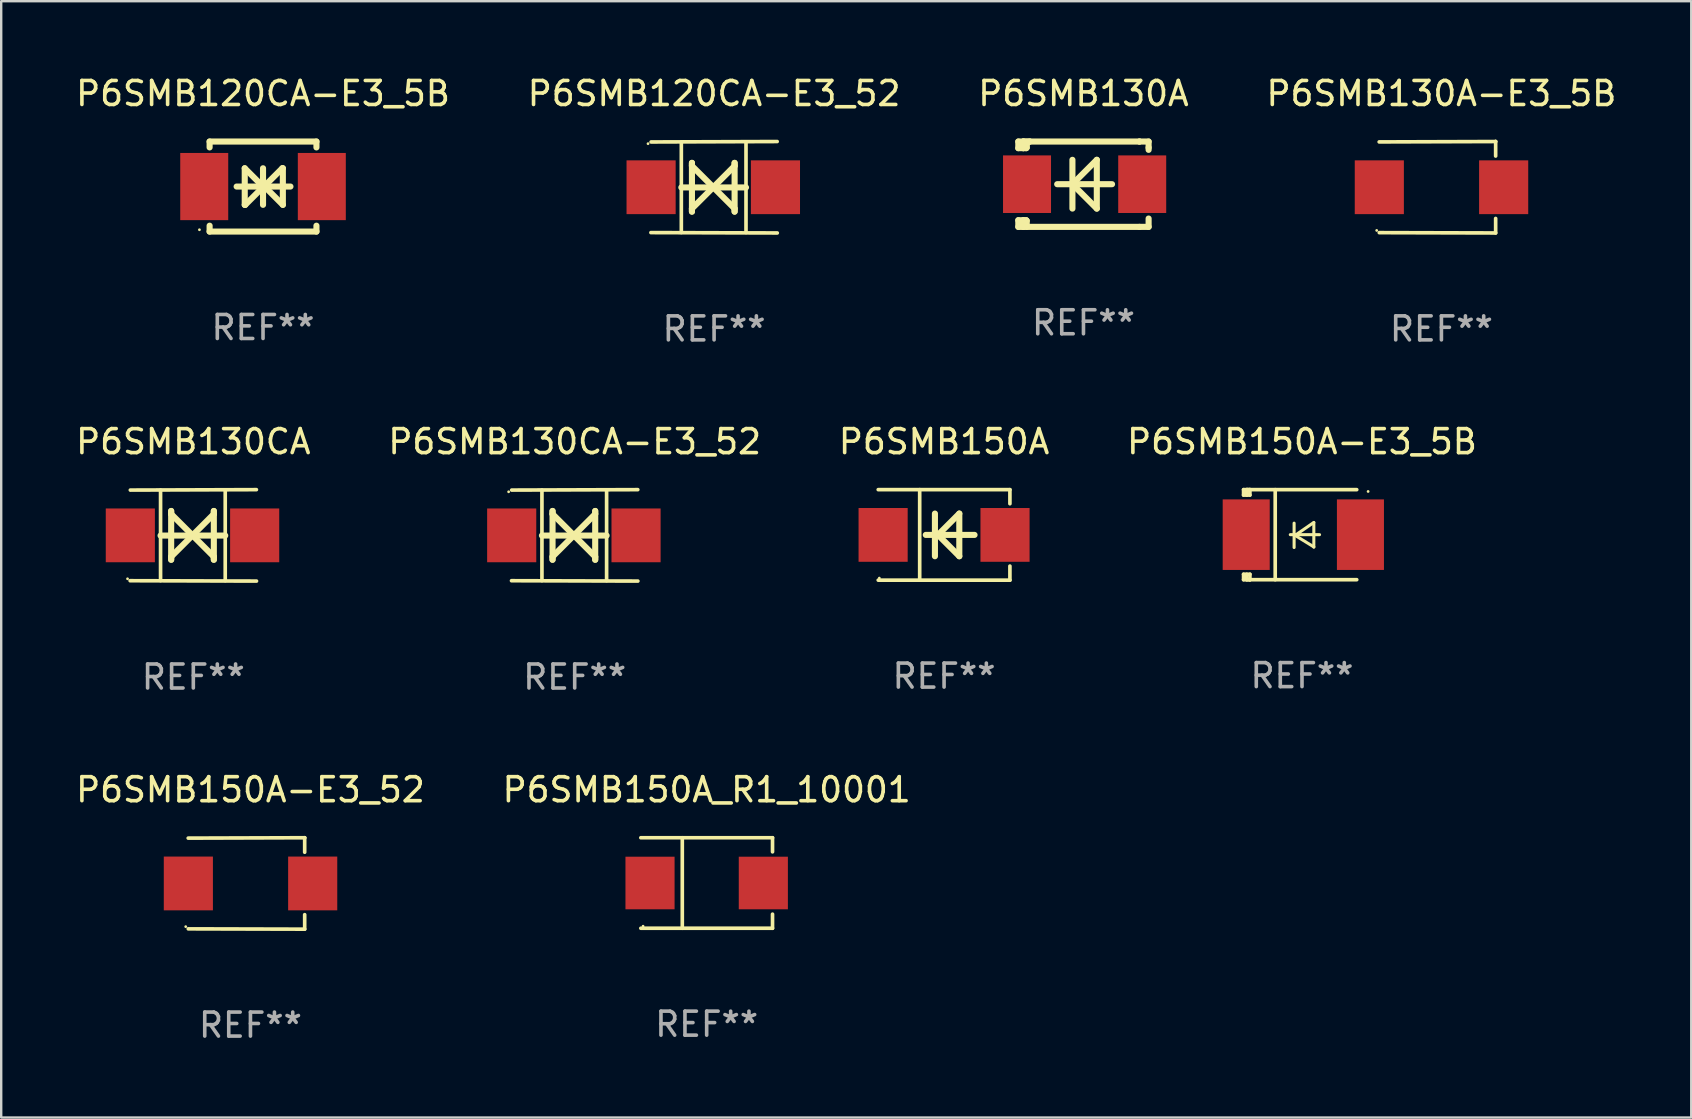
<source format=kicad_pcb>
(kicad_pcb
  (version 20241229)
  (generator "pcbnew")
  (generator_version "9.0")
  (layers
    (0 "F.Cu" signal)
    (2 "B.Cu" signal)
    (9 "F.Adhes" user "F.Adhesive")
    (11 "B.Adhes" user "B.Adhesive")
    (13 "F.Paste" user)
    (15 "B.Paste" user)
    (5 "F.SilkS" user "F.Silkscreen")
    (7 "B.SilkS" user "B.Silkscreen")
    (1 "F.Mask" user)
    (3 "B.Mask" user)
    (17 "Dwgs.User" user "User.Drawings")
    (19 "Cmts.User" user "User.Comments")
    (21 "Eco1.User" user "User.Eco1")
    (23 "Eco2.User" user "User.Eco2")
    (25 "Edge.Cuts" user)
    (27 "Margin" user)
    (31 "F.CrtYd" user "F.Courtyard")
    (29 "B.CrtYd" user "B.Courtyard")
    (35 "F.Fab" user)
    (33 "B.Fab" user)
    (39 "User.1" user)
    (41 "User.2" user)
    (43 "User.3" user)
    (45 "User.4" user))
  (footprint "P6SMB150A-E3_5B"
    (layer "F.Cu")
    (at 51.208 19.231)
    (property "Reference" "P6SMB150A-E3_5B" (at 0 -3.876 0) (layer "F.SilkS") (effects (font (size 1 1) (thickness 0.15))))
    (attr through_hole)
    (fp_line (start -2.435 1.65) (end -2.171 1.65) (stroke (width 0.152) (type solid)) (layer "F.SilkS"))
    (fp_line (start -2.435 1.876) (end -2.435 1.65) (stroke (width 0.152) (type solid)) (layer "F.SilkS"))
    (fp_line (start -2.435 -1.876) (end -2.171 -1.876) (stroke (width 0.152) (type solid)) (layer "F.SilkS"))
    (fp_line (start -2.435 -1.65) (end -2.435 -1.876) (stroke (width 0.152) (type solid)) (layer "F.SilkS"))
    (fp_line (start -2.305 -1.866) (end -2.295 -1.876) (stroke (width 0.152) (type solid)) (layer "F.SilkS"))
    (fp_line (start -2.305 -1.65) (end -2.305 -1.866) (stroke (width 0.152) (type solid)) (layer "F.SilkS"))
    (fp_line (start -2.305 1.876) (end -2.305 1.65) (stroke (width 0.152) (type solid)) (layer "F.SilkS"))
    (fp_line (start -2.295 -1.876) (end -2.295 -1.65) (stroke (width 0.152) (type solid)) (layer "F.SilkS"))
    (fp_line (start -2.171 1.876) (end -2.435 1.876) (stroke (width 0.152) (type solid)) (layer "F.SilkS"))
    (fp_line (start -2.171 -1.65) (end -2.435 -1.65) (stroke (width 0.152) (type solid)) (layer "F.SilkS"))
    (fp_line (start -2.171 -1.876) (end -2.295 -1.876) (stroke (width 0.152) (type solid)) (layer "F.SilkS"))
    (fp_line (start -2.171 -1.65) (end -2.171 -1.876) (stroke (width 0.152) (type solid)) (layer "F.SilkS"))
    (fp_line (start -2.171 1.876) (end -2.305 1.876) (stroke (width 0.152) (type solid)) (layer "F.SilkS"))
    (fp_line (start -2.171 1.876) (end -2.171 1.65) (stroke (width 0.152) (type solid)) (layer "F.SilkS"))
    (fp_line (start -1.116 1.876) (end -1.116 -1.876) (stroke (width 0.152) (type solid)) (layer "F.SilkS"))
    (fp_line (start -0.488 0.000102) (end 0.731 0.000102) (stroke (width 0.127) (type solid)) (layer "F.SilkS"))
    (fp_line (start -0.329 -0.48) (end -0.329 0.536) (stroke (width 0.127) (type solid)) (layer "F.SilkS"))
    (fp_line (start -0.29 0.03) (end 0.493 0.51) (stroke (width 0.127) (type solid)) (layer "F.SilkS"))
    (fp_line (start 0.493 -0.51) (end -0.29 0.03) (stroke (width 0.127) (type solid)) (layer "F.SilkS"))
    (fp_line (start 0.493 0.52) (end 0.493 -0.496) (stroke (width 0.127) (type solid)) (layer "F.SilkS"))
    (fp_line (start 2.281 -1.876) (end -2.171 -1.876) (stroke (width 0.152) (type solid)) (layer "F.SilkS"))
    (fp_line (start 2.281 1.876) (end -2.171 1.876) (stroke (width 0.152) (type solid)) (layer "F.SilkS"))
    (fp_circle (center 2.755 -1.8) (end 2.785 -1.8) (stroke (width 0.06) (type solid)) (fill no) (layer "F.SilkS"))
    (fp_text user "REF**" (at 0 5.876 0) (layer "F.Fab") (effects (font (size 1 1) (thickness 0.15))))
    (pad "1" smd rect (at 2.435 -0.000025 180) (size 1.96 2.94) (layers "F.Cu" "F.Mask" "F.Paste"))
    (pad "2" smd rect (at -2.325 -0.000025 180) (size 1.96 2.94) (layers "F.Cu" "F.Mask" "F.Paste")))
  (footprint "P6SMB150A_R1_10001"
    (layer "F.Cu")
    (at 26.399 33.747)
    (property "Reference" "P6SMB150A_R1_10001" (at 0 -3.886 0) (layer "F.SilkS") (effects (font (size 1 1) (thickness 0.15))))
    (attr through_hole)
    (fp_line (start -2.744 -1.886) (end 2.744 -1.886) (stroke (width 0.152) (type solid)) (layer "F.SilkS"))
    (fp_line (start -2.744 1.886) (end 2.744 1.886) (stroke (width 0.152) (type solid)) (layer "F.SilkS"))
    (fp_line (start -1.016 -1.886) (end -1.016 1.886) (stroke (width 0.152) (type solid)) (layer "F.SilkS"))
    (fp_line (start 2.744 -1.886) (end 2.744 -1.299) (stroke (width 0.152) (type solid)) (layer "F.SilkS"))
    (fp_line (start 2.744 1.886) (end 2.744 1.299) (stroke (width 0.152) (type solid)) (layer "F.SilkS"))
    (fp_circle (center -2.65 1.8) (end -2.62 1.8) (stroke (width 0.06) (type solid)) (fill no) (layer "F.SilkS"))
    (fp_text user "REF**" (at 0 5.886 0) (layer "F.Fab") (effects (font (size 1 1) (thickness 0.15))))
    (pad "1" smd rect (at -2.361 0) (size 2.047 2.192) (layers "F.Cu" "F.Mask" "F.Paste"))
    (pad "2" smd rect (at 2.361 0) (size 2.047 2.192) (layers "F.Cu" "F.Mask" "F.Paste")))
  (footprint "P6SMB130A"
    (layer "F.Cu")
    (at 42.101 4.626)
    (property "Reference" "P6SMB130A" (at 0 -3.778 0) (layer "F.SilkS") (effects (font (size 1 1) (thickness 0.15))))
    (attr through_hole)
    (fp_line (start -2.715 -1.778) (end -2.715 -1.501) (stroke (width 0.254) (type solid)) (layer "F.SilkS"))
    (fp_line (start -2.715 -1.501) (end -2.505 -1.501) (stroke (width 0.254) (type solid)) (layer "F.SilkS"))
    (fp_line (start -2.715 1.501) (end -2.715 1.778) (stroke (width 0.254) (type solid)) (layer "F.SilkS"))
    (fp_line (start -2.715 1.501) (end -2.505 1.501) (stroke (width 0.254) (type solid)) (layer "F.SilkS"))
    (fp_line (start -2.715 1.778) (end -2.504 1.778) (stroke (width 0.254) (type solid)) (layer "F.SilkS"))
    (fp_line (start -2.505 -1.778) (end -2.715 -1.778) (stroke (width 0.254) (type solid)) (layer "F.SilkS"))
    (fp_line (start -2.505 -1.778) (end -2.238 -1.778) (stroke (width 0.254) (type solid)) (layer "F.SilkS"))
    (fp_line (start -2.505 -1.501) (end -2.505 -1.651) (stroke (width 0.254) (type solid)) (layer "F.SilkS"))
    (fp_line (start -2.505 -1.501) (end -2.388 -1.501) (stroke (width 0.254) (type solid)) (layer "F.SilkS"))
    (fp_line (start -2.505 1.501) (end -2.505 1.778) (stroke (width 0.254) (type solid)) (layer "F.SilkS"))
    (fp_line (start -2.505 1.501) (end -2.388 1.501) (stroke (width 0.254) (type solid)) (layer "F.SilkS"))
    (fp_line (start -2.388 1.501) (end -2.365 1.524) (stroke (width 0.254) (type solid)) (layer "F.SilkS"))
    (fp_line (start -2.388 -1.501) (end -2.365 -1.524) (stroke (width 0.254) (type solid)) (layer "F.SilkS"))
    (fp_line (start -2.365 -1.651) (end -2.505 -1.778) (stroke (width 0.254) (type solid)) (layer "F.SilkS"))
    (fp_line (start -2.365 -1.524) (end -2.365 -1.651) (stroke (width 0.254) (type solid)) (layer "F.SilkS"))
    (fp_line (start -2.365 1.524) (end -2.365 1.778) (stroke (width 0.254) (type solid)) (layer "F.SilkS"))
    (fp_line (start -2.239 -1.778) (end 2.333 -1.778) (stroke (width 0.254) (type solid)) (layer "F.SilkS"))
    (fp_line (start -2.238 -1.778) (end -2.505 -1.778) (stroke (width 0.254) (type solid)) (layer "F.SilkS"))
    (fp_line (start -1.095 0) (end 1.191 0) (stroke (width 0.254) (type solid)) (layer "F.SilkS"))
    (fp_line (start -0.46 -1.016) (end -0.46 1.016) (stroke (width 0.254) (type solid)) (layer "F.SilkS"))
    (fp_line (start -0.46 -0.000127) (end 0.556 1.016) (stroke (width 0.254) (type solid)) (layer "F.SilkS"))
    (fp_line (start 0.556 -1.016) (end 0.556 1.016) (stroke (width 0.254) (type solid)) (layer "F.SilkS"))
    (fp_line (start 0.556 -1.016) (end -0.46 -0.000127) (stroke (width 0.254) (type solid)) (layer "F.SilkS"))
    (fp_line (start 2.333 -1.778) (end 2.333 -1.778) (stroke (width 0.254) (type solid)) (layer "F.SilkS"))
    (fp_line (start 2.333 -1.778) (end 2.715 -1.778) (stroke (width 0.254) (type solid)) (layer "F.SilkS"))
    (fp_line (start 2.334 1.778) (end -2.504 1.778) (stroke (width 0.254) (type solid)) (layer "F.SilkS"))
    (fp_line (start 2.715 -1.778) (end 2.715 -1.524) (stroke (width 0.254) (type solid)) (layer "F.SilkS"))
    (fp_line (start 2.715 -1.524) (end 2.715 -1.431) (stroke (width 0.254) (type solid)) (layer "F.SilkS"))
    (fp_line (start 2.715 1.431) (end 2.715 1.778) (stroke (width 0.254) (type solid)) (layer "F.SilkS"))
    (fp_line (start 2.715 1.778) (end 2.334 1.778) (stroke (width 0.254) (type solid)) (layer "F.SilkS"))
    (fp_circle (center -2.602 1.8) (end -2.572 1.8) (stroke (width 0.06) (type solid)) (fill no) (layer "F.SilkS"))
    (fp_text user "REF**" (at 0 5.778 0) (layer "F.Fab") (effects (font (size 1 1) (thickness 0.15))))
    (pad "1" smd rect (at -2.352 -0.000076) (size 2 2.4) (layers "F.Cu" "F.Mask" "F.Paste"))
    (pad "2" smd rect (at 2.448 -0.000076) (size 2 2.4) (layers "F.Cu" "F.Mask" "F.Paste")))
  (footprint "P6SMB130CA"
    (layer "F.Cu")
    (at 5.006 19.26)
    (property "Reference" "P6SMB130CA" (at 0 -3.905 0) (layer "F.SilkS") (effects (font (size 1 1) (thickness 0.15))))
    (attr through_hole)
    (fp_line (start -1.365 1.886) (end -1.365 -1.886) (stroke (width 0.152) (type solid)) (layer "F.SilkS"))
    (fp_line (start -1.365 0.008) (end 1.33 0.008) (stroke (width 0.254) (type solid)) (layer "F.SilkS"))
    (fp_line (start -0.923 -1.016) (end -0.923 1.016) (stroke (width 0.254) (type solid)) (layer "F.SilkS"))
    (fp_line (start -0.923 -0.889) (end -0.923 -1.016) (stroke (width 0.254) (type solid)) (layer "F.SilkS"))
    (fp_line (start -0.923 0.889) (end -0.034 0) (stroke (width 0.254) (type solid)) (layer "F.SilkS"))
    (fp_line (start -0.923 1.016) (end -0.923 0.889) (stroke (width 0.254) (type solid)) (layer "F.SilkS"))
    (fp_line (start -0.034 0) (end -0.923 -0.889) (stroke (width 0.254) (type solid)) (layer "F.SilkS"))
    (fp_line (start -0.034 0) (end 0.855 0.889) (stroke (width 0.254) (type solid)) (layer "F.SilkS"))
    (fp_line (start 0.855 -1.016) (end 0.855 -0.889) (stroke (width 0.254) (type solid)) (layer "F.SilkS"))
    (fp_line (start 0.855 -0.889) (end -0.034 0) (stroke (width 0.254) (type solid)) (layer "F.SilkS"))
    (fp_line (start 0.855 0.889) (end 0.855 1.016) (stroke (width 0.254) (type solid)) (layer "F.SilkS"))
    (fp_line (start 0.855 1.016) (end 0.855 -1.016) (stroke (width 0.254) (type solid)) (layer "F.SilkS"))
    (fp_line (start 1.33 1.886) (end 1.33 -1.886) (stroke (width 0.152) (type solid)) (layer "F.SilkS"))
    (fp_line (start 2.629 -1.905) (end -2.625 -1.887) (stroke (width 0.152) (type solid)) (layer "F.SilkS"))
    (fp_line (start 2.633 1.905) (end -2.633 1.89) (stroke (width 0.152) (type solid)) (layer "F.SilkS"))
    (fp_circle (center -2.741 1.81) (end -2.711 1.81) (stroke (width 0.06) (type solid)) (fill no) (layer "F.SilkS"))
    (fp_text user "REF**" (at 0 5.905 0) (layer "F.Fab") (effects (font (size 1 1) (thickness 0.15))))
    (pad "1" smd rect (at -2.625 0) (size 2.047 2.241) (layers "F.Cu" "F.Mask" "F.Paste"))
    (pad "2" smd rect (at 2.557 0) (size 2.047 2.241) (layers "F.Cu" "F.Mask" "F.Paste")))
  (footprint "P6SMB120CA-E3_5B"
    (layer "F.Cu")
    (at 7.911 4.724)
    (property "Reference" "P6SMB120CA-E3_5B" (at 0 -3.876 0) (layer "F.SilkS") (effects (font (size 1 1) (thickness 0.15))))
    (attr through_hole)
    (fp_line (start -2.226 -1.876) (end -2.226 -1.631) (stroke (width 0.254) (type solid)) (layer "F.SilkS"))
    (fp_line (start -2.226 -1.876) (end 2.226 -1.876) (stroke (width 0.254) (type solid)) (layer "F.SilkS"))
    (fp_line (start -2.226 1.631) (end -2.226 1.876) (stroke (width 0.254) (type solid)) (layer "F.SilkS"))
    (fp_line (start -2.226 1.876) (end 2.226 1.876) (stroke (width 0.254) (type solid)) (layer "F.SilkS"))
    (fp_line (start -1.1 0) (end 1.143 0) (stroke (width 0.254) (type solid)) (layer "F.SilkS"))
    (fp_line (start -0.762 -0.762) (end -0.762 0.762) (stroke (width 0.254) (type solid)) (layer "F.SilkS"))
    (fp_line (start -0.762 0.762) (end -0.741 0.762) (stroke (width 0.254) (type solid)) (layer "F.SilkS"))
    (fp_line (start -0.741 0.762) (end 0.021 0) (stroke (width 0.254) (type solid)) (layer "F.SilkS"))
    (fp_line (start 0 -0.762) (end 0 0.762) (stroke (width 0.254) (type solid)) (layer "F.SilkS"))
    (fp_line (start 0 0) (end -0.762 -0.762) (stroke (width 0.254) (type solid)) (layer "F.SilkS"))
    (fp_line (start 0.021 0) (end 0 0) (stroke (width 0.254) (type solid)) (layer "F.SilkS"))
    (fp_line (start 0.042 0) (end 0.064 0) (stroke (width 0.254) (type solid)) (layer "F.SilkS"))
    (fp_line (start 0.064 0) (end 0.826 0.762) (stroke (width 0.254) (type solid)) (layer "F.SilkS"))
    (fp_line (start 0.804 -0.762) (end 0.042 0) (stroke (width 0.254) (type solid)) (layer "F.SilkS"))
    (fp_line (start 0.826 -0.762) (end 0.804 -0.762) (stroke (width 0.254) (type solid)) (layer "F.SilkS"))
    (fp_line (start 0.826 0.762) (end 0.826 -0.762) (stroke (width 0.254) (type solid)) (layer "F.SilkS"))
    (fp_line (start 2.226 -1.876) (end 2.226 -1.631) (stroke (width 0.254) (type solid)) (layer "F.SilkS"))
    (fp_line (start 2.226 1.631) (end 2.226 1.876) (stroke (width 0.254) (type solid)) (layer "F.SilkS"))
    (fp_circle (center -2.65 1.8) (end -2.62 1.8) (stroke (width 0.06) (type solid)) (fill no) (layer "F.SilkS"))
    (fp_text user "REF**" (at 0 5.876 0) (layer "F.Fab") (effects (font (size 1 1) (thickness 0.15))))
    (pad "1" smd rect (at -2.45 0 180) (size 2 2.8) (layers "F.Cu" "F.Mask" "F.Paste"))
    (pad "2" smd rect (at 2.45 0 180) (size 2 2.8) (layers "F.Cu" "F.Mask" "F.Paste")))
  (footprint "P6SMB150A-E3_52"
    (layer "F.Cu")
    (at 7.387 33.766)
    (property "Reference" "P6SMB150A-E3_52" (at 0 -3.905 0) (layer "F.SilkS") (effects (font (size 1 1) (thickness 0.15))))
    (attr through_hole)
    (fp_line (start 2.256 -1.905) (end -2.594 -1.889) (stroke (width 0.152) (type solid)) (layer "F.SilkS"))
    (fp_line (start 2.256 -1.905) (end 2.26 -1.905) (stroke (width 0.152) (type solid)) (layer "F.SilkS"))
    (fp_line (start 2.26 -1.905) (end 2.26 -1.301) (stroke (width 0.152) (type solid)) (layer "F.SilkS"))
    (fp_line (start 2.26 1.301) (end 2.26 1.905) (stroke (width 0.152) (type solid)) (layer "F.SilkS"))
    (fp_line (start 2.26 1.905) (end -2.59 1.892) (stroke (width 0.152) (type solid)) (layer "F.SilkS"))
    (fp_circle (center -2.697 1.8) (end -2.667 1.8) (stroke (width 0.06) (type solid)) (fill no) (layer "F.SilkS"))
    (fp_text user "REF**" (at 0 5.905 0) (layer "F.Fab") (effects (font (size 1 1) (thickness 0.15))))
    (pad "1" smd rect (at -2.588 0) (size 2.047 2.241) (layers "F.Cu" "F.Mask" "F.Paste"))
    (pad "2" smd rect (at 2.594 0) (size 2.047 2.241) (layers "F.Cu" "F.Mask" "F.Paste")))
  (footprint "P6SMB130A-E3_5B"
    (layer "F.Cu")
    (at 57.018 4.753)
    (property "Reference" "P6SMB130A-E3_5B" (at 0 -3.905 0) (layer "F.SilkS") (effects (font (size 1 1) (thickness 0.15))))
    (attr through_hole)
    (fp_line (start 2.256 -1.905) (end -2.594 -1.889) (stroke (width 0.152) (type solid)) (layer "F.SilkS"))
    (fp_line (start 2.256 -1.905) (end 2.26 -1.905) (stroke (width 0.152) (type solid)) (layer "F.SilkS"))
    (fp_line (start 2.26 -1.905) (end 2.26 -1.301) (stroke (width 0.152) (type solid)) (layer "F.SilkS"))
    (fp_line (start 2.26 1.301) (end 2.26 1.905) (stroke (width 0.152) (type solid)) (layer "F.SilkS"))
    (fp_line (start 2.26 1.905) (end -2.59 1.892) (stroke (width 0.152) (type solid)) (layer "F.SilkS"))
    (fp_circle (center -2.697 1.8) (end -2.667 1.8) (stroke (width 0.06) (type solid)) (fill no) (layer "F.SilkS"))
    (fp_text user "REF**" (at 0 5.905 0) (layer "F.Fab") (effects (font (size 1 1) (thickness 0.15))))
    (pad "1" smd rect (at -2.588 0) (size 2.047 2.241) (layers "F.Cu" "F.Mask" "F.Paste"))
    (pad "2" smd rect (at 2.594 0) (size 2.047 2.241) (layers "F.Cu" "F.Mask" "F.Paste")))
  (footprint "P6SMB130CA-E3_52"
    (layer "F.Cu")
    (at 20.899 19.26)
    (property "Reference" "P6SMB130CA-E3_52" (at 0 -3.905 0) (layer "F.SilkS") (effects (font (size 1 1) (thickness 0.15))))
    (attr through_hole)
    (fp_line (start -1.365 1.886) (end -1.365 -1.886) (stroke (width 0.152) (type solid)) (layer "F.SilkS"))
    (fp_line (start -1.365 0.008) (end 1.33 0.008) (stroke (width 0.254) (type solid)) (layer "F.SilkS"))
    (fp_line (start -0.923 -1.016) (end -0.923 1.016) (stroke (width 0.254) (type solid)) (layer "F.SilkS"))
    (fp_line (start -0.923 -0.889) (end -0.923 -1.016) (stroke (width 0.254) (type solid)) (layer "F.SilkS"))
    (fp_line (start -0.923 0.889) (end -0.034 0) (stroke (width 0.254) (type solid)) (layer "F.SilkS"))
    (fp_line (start -0.923 1.016) (end -0.923 0.889) (stroke (width 0.254) (type solid)) (layer "F.SilkS"))
    (fp_line (start -0.034 0) (end -0.923 -0.889) (stroke (width 0.254) (type solid)) (layer "F.SilkS"))
    (fp_line (start -0.034 0) (end 0.855 0.889) (stroke (width 0.254) (type solid)) (layer "F.SilkS"))
    (fp_line (start 0.855 -1.016) (end 0.855 -0.889) (stroke (width 0.254) (type solid)) (layer "F.SilkS"))
    (fp_line (start 0.855 -0.889) (end -0.034 0) (stroke (width 0.254) (type solid)) (layer "F.SilkS"))
    (fp_line (start 0.855 0.889) (end 0.855 1.016) (stroke (width 0.254) (type solid)) (layer "F.SilkS"))
    (fp_line (start 0.855 1.016) (end 0.855 -1.016) (stroke (width 0.254) (type solid)) (layer "F.SilkS"))
    (fp_line (start 1.33 1.886) (end 1.33 -1.886) (stroke (width 0.152) (type solid)) (layer "F.SilkS"))
    (fp_line (start 2.629 -1.905) (end -2.625 -1.887) (stroke (width 0.152) (type solid)) (layer "F.SilkS"))
    (fp_line (start 2.633 1.905) (end -2.633 1.89) (stroke (width 0.152) (type solid)) (layer "F.SilkS"))
    (fp_circle (center -2.753 -1.816) (end -2.723 -1.816) (stroke (width 0.06) (type solid)) (fill no) (layer "F.SilkS"))
    (fp_text user "REF**" (at 0 5.905 0) (layer "F.Fab") (effects (font (size 1 1) (thickness 0.15))))
    (pad "1" smd rect (at -2.625 0) (size 2.047 2.241) (layers "F.Cu" "F.Mask" "F.Paste"))
    (pad "2" smd rect (at 2.557 0) (size 2.047 2.241) (layers "F.Cu" "F.Mask" "F.Paste")))
  (footprint "P6SMB150A"
    (layer "F.Cu")
    (at 36.292 19.241)
    (property "Reference" "P6SMB150A" (at 0 -3.886 0) (layer "F.SilkS") (effects (font (size 1 1) (thickness 0.15))))
    (attr through_hole)
    (fp_line (start -2.744 -1.886) (end 2.744 -1.886) (stroke (width 0.152) (type solid)) (layer "F.SilkS"))
    (fp_line (start -2.744 1.886) (end 2.744 1.886) (stroke (width 0.152) (type solid)) (layer "F.SilkS"))
    (fp_line (start -1.016 -1.886) (end -1.016 1.886) (stroke (width 0.152) (type solid)) (layer "F.SilkS"))
    (fp_line (start -0.381 -0.889) (end -0.381 0.889) (stroke (width 0.254) (type solid)) (layer "F.SilkS"))
    (fp_line (start -0.366 0) (end -0.254 0) (stroke (width 0.254) (type solid)) (layer "F.SilkS"))
    (fp_line (start -0.254 0) (end -0.328 0) (stroke (width 0.254) (type solid)) (layer "F.SilkS"))
    (fp_line (start -0.254 0) (end 0.635 -0.889) (stroke (width 0.254) (type solid)) (layer "F.SilkS"))
    (fp_line (start 0.635 -0.889) (end 0.635 0.889) (stroke (width 0.254) (type solid)) (layer "F.SilkS"))
    (fp_line (start 0.635 0.889) (end -0.254 0) (stroke (width 0.254) (type solid)) (layer "F.SilkS"))
    (fp_line (start 1.27 0) (end -0.762 0) (stroke (width 0.254) (type solid)) (layer "F.SilkS"))
    (fp_line (start 2.744 -1.886) (end 2.744 -1.299) (stroke (width 0.152) (type solid)) (layer "F.SilkS"))
    (fp_line (start 2.744 1.886) (end 2.744 1.299) (stroke (width 0.152) (type solid)) (layer "F.SilkS"))
    (fp_circle (center -2.698 1.8) (end -2.668 1.8) (stroke (width 0.06) (type solid)) (fill no) (layer "F.SilkS"))
    (fp_text user "REF**" (at 0 5.886 0) (layer "F.Fab") (effects (font (size 1 1) (thickness 0.15))))
    (pad "1" smd rect (at -2.54 0) (size 2.047 2.241) (layers "F.Cu" "F.Mask" "F.Paste"))
    (pad "2" smd rect (at 2.54 0) (size 2.047 2.241) (layers "F.Cu" "F.Mask" "F.Paste")))
  (footprint "P6SMB120CA-E3_52"
    (layer "F.Cu")
    (at 26.708 4.753)
    (property "Reference" "P6SMB120CA-E3_52" (at 0 -3.905 0) (layer "F.SilkS") (effects (font (size 1 1) (thickness 0.15))))
    (attr through_hole)
    (fp_line (start -1.365 1.886) (end -1.365 -1.886) (stroke (width 0.152) (type solid)) (layer "F.SilkS"))
    (fp_line (start -1.365 0.008) (end 1.33 0.008) (stroke (width 0.254) (type solid)) (layer "F.SilkS"))
    (fp_line (start -0.923 -1.016) (end -0.923 1.016) (stroke (width 0.254) (type solid)) (layer "F.SilkS"))
    (fp_line (start -0.923 -0.889) (end -0.923 -1.016) (stroke (width 0.254) (type solid)) (layer "F.SilkS"))
    (fp_line (start -0.923 0.889) (end -0.034 0) (stroke (width 0.254) (type solid)) (layer "F.SilkS"))
    (fp_line (start -0.923 1.016) (end -0.923 0.889) (stroke (width 0.254) (type solid)) (layer "F.SilkS"))
    (fp_line (start -0.034 0) (end -0.923 -0.889) (stroke (width 0.254) (type solid)) (layer "F.SilkS"))
    (fp_line (start -0.034 0) (end 0.855 0.889) (stroke (width 0.254) (type solid)) (layer "F.SilkS"))
    (fp_line (start 0.855 -1.016) (end 0.855 -0.889) (stroke (width 0.254) (type solid)) (layer "F.SilkS"))
    (fp_line (start 0.855 -0.889) (end -0.034 0) (stroke (width 0.254) (type solid)) (layer "F.SilkS"))
    (fp_line (start 0.855 0.889) (end 0.855 1.016) (stroke (width 0.254) (type solid)) (layer "F.SilkS"))
    (fp_line (start 0.855 1.016) (end 0.855 -1.016) (stroke (width 0.254) (type solid)) (layer "F.SilkS"))
    (fp_line (start 1.33 1.886) (end 1.33 -1.886) (stroke (width 0.152) (type solid)) (layer "F.SilkS"))
    (fp_line (start 2.629 -1.905) (end -2.625 -1.887) (stroke (width 0.152) (type solid)) (layer "F.SilkS"))
    (fp_line (start 2.633 1.905) (end -2.633 1.89) (stroke (width 0.152) (type solid)) (layer "F.SilkS"))
    (fp_circle (center -2.753 -1.816) (end -2.723 -1.816) (stroke (width 0.06) (type solid)) (fill no) (layer "F.SilkS"))
    (fp_text user "REF**" (at 0 5.905 0) (layer "F.Fab") (effects (font (size 1 1) (thickness 0.15))))
    (pad "1" smd rect (at -2.625 0) (size 2.047 2.241) (layers "F.Cu" "F.Mask" "F.Paste"))
    (pad "2" smd rect (at 2.557 0) (size 2.047 2.241) (layers "F.Cu" "F.Mask" "F.Paste")))
  (gr_rect
    (start -3 -3)
    (end 67.429 43.52)
    (stroke (width 0.1) (type default))
    (fill no)
    (layer "Edge.Cuts")))
</source>
